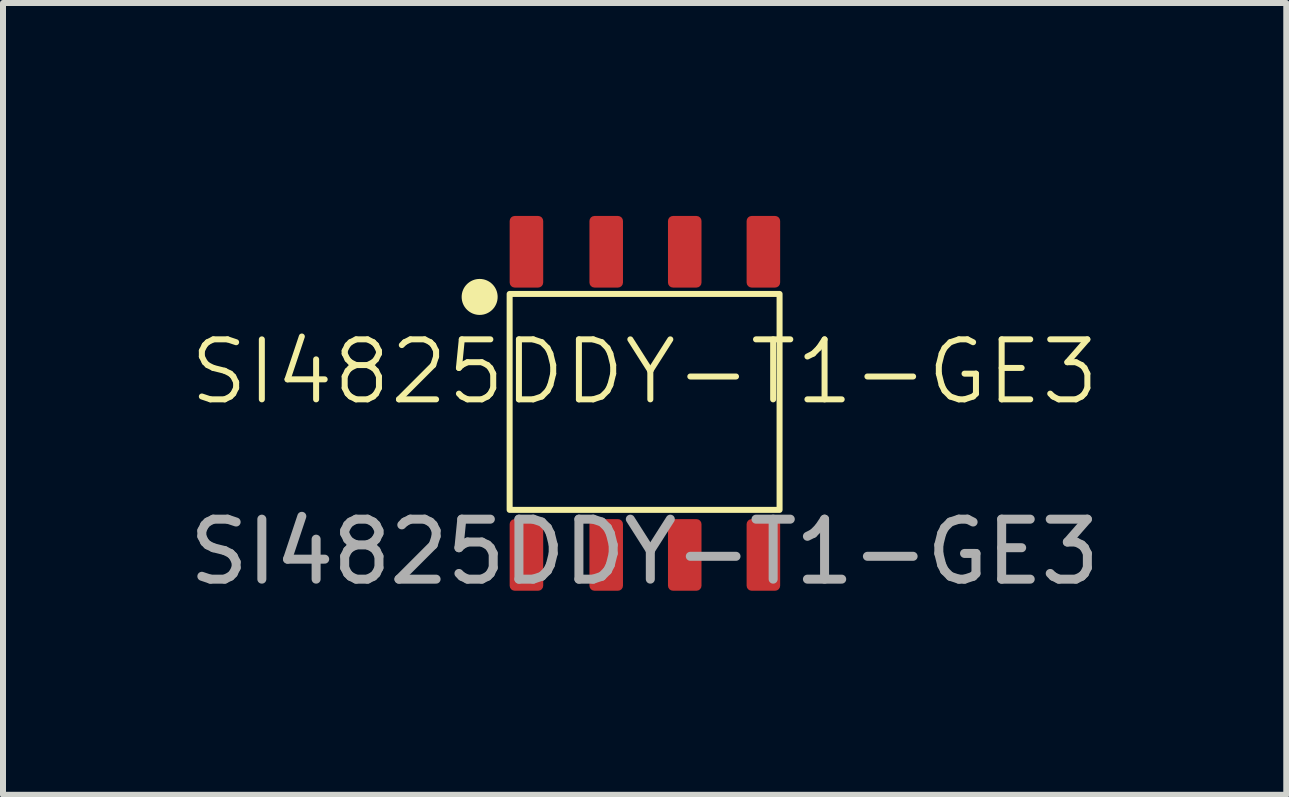
<source format=kicad_pcb>
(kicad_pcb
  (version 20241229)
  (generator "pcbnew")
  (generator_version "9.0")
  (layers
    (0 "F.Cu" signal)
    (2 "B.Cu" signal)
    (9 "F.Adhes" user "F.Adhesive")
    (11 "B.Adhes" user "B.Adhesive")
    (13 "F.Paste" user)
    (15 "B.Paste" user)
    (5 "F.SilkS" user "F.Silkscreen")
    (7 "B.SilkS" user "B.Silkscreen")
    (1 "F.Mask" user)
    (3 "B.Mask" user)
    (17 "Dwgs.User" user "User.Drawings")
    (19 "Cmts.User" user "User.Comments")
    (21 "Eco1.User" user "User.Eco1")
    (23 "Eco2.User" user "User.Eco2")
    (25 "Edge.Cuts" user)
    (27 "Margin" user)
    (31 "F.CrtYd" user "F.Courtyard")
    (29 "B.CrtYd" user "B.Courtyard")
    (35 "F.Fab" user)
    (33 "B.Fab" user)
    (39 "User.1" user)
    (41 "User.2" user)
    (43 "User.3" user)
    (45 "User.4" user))
  (footprint "SI4825DDY-T1-GE3"
    (layer "F.Cu")
    (at 7.696 3.65)
    (property "Reference" "SI4825DDY-T1-GE3" (at 0 -0.5 0) (unlocked yes) (layer "F.SilkS") (effects (font (size 1 1) (thickness 0.1))))
    (attr smd)
    (fp_rect (start -2.25 -1.8) (end 2.25 1.8) (stroke (width 0.1) (type default)) (fill no) (layer "F.SilkS"))
    (fp_circle (center -2.75 -1.75) (end -2.75 -2) (stroke (width 0.1) (type solid)) (fill yes) (layer "F.SilkS"))
    (fp_rect (start -2.75 -3.6) (end 2.75 3.5) (stroke (width 0.1) (type default)) (fill no) (layer "Margin"))
    (fp_text user "${REFERENCE}" (at 0 2.5 0) (unlocked yes) (layer "F.Fab") (effects (font (size 1 1) (thickness 0.15))))
    (pad "1" smd roundrect (at -1.97 -2.503) (size 0.559 1.194) (layers "F.Cu" "F.Mask" "F.Paste") (roundrect_rratio 0.15))
    (pad "2" smd roundrect (at -0.64 -2.503) (size 0.559 1.194) (layers "F.Cu" "F.Mask" "F.Paste") (roundrect_rratio 0.15))
    (pad "3" smd roundrect (at 0.669 -2.503) (size 0.559 1.194) (layers "F.Cu" "F.Mask" "F.Paste") (roundrect_rratio 0.15))
    (pad "4" smd roundrect (at 1.98 -2.503) (size 0.559 1.194) (layers "F.Cu" "F.Mask" "F.Paste") (roundrect_rratio 0.15))
    (pad "5" smd roundrect (at -1.97 2.551) (size 0.559 1.194) (layers "F.Cu" "F.Mask" "F.Paste") (roundrect_rratio 0.15))
    (pad "6" smd roundrect (at -0.64 2.551) (size 0.559 1.194) (layers "F.Cu" "F.Mask" "F.Paste") (roundrect_rratio 0.15))
    (pad "7" smd roundrect (at 0.669 2.551) (size 0.559 1.194) (layers "F.Cu" "F.Paste") (roundrect_rratio 0.15))
    (pad "8" smd roundrect (at 1.98 2.551) (size 0.559 1.194) (layers "F.Cu" "F.Mask" "F.Paste") (roundrect_rratio 0.15)))
  (gr_rect
    (start -3 -3)
    (end 18.393 10.2)
    (stroke (width 0.1) (type default))
    (fill no)
    (layer "Edge.Cuts")))
</source>
